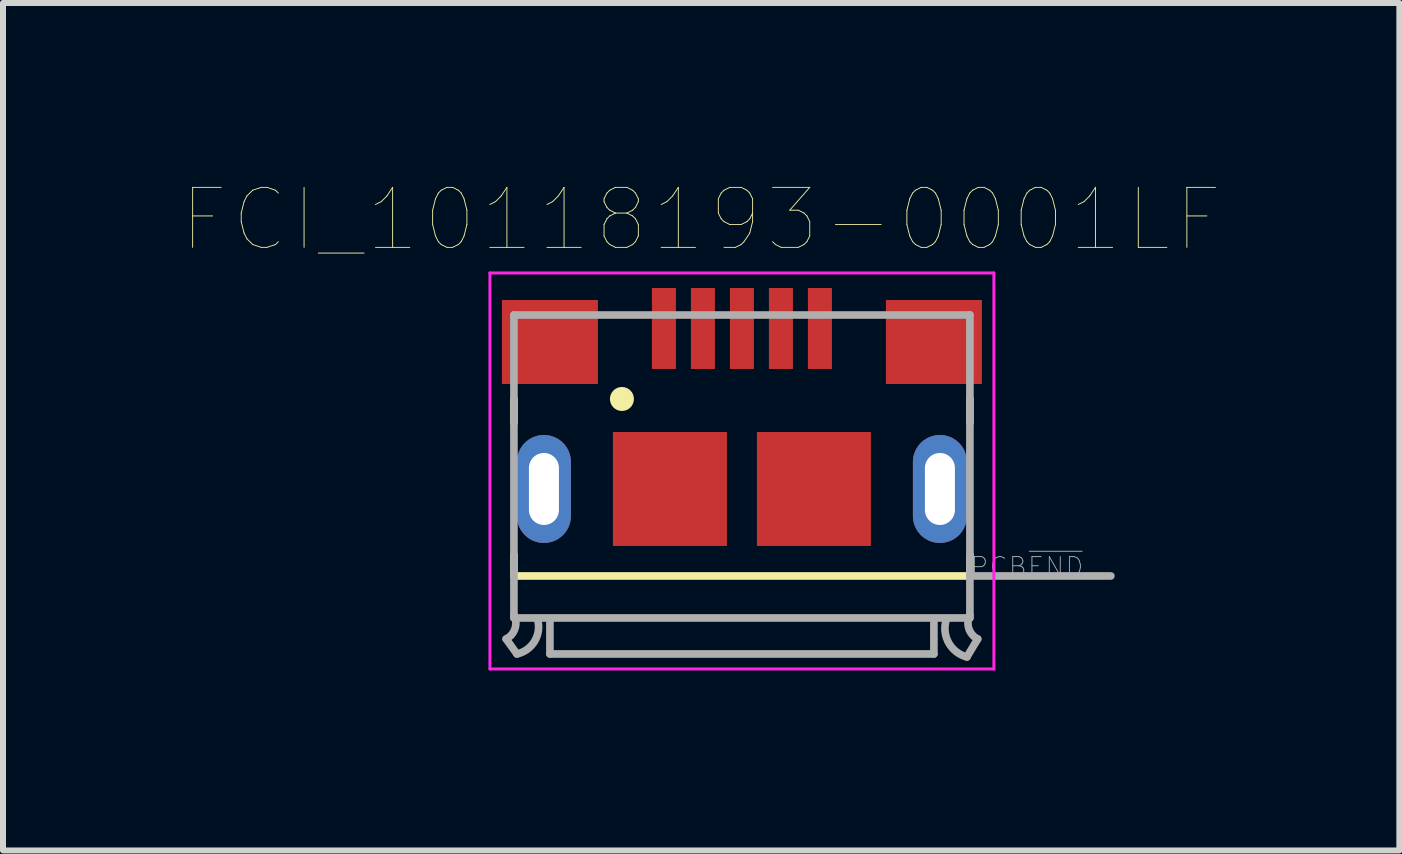
<source format=kicad_pcb>
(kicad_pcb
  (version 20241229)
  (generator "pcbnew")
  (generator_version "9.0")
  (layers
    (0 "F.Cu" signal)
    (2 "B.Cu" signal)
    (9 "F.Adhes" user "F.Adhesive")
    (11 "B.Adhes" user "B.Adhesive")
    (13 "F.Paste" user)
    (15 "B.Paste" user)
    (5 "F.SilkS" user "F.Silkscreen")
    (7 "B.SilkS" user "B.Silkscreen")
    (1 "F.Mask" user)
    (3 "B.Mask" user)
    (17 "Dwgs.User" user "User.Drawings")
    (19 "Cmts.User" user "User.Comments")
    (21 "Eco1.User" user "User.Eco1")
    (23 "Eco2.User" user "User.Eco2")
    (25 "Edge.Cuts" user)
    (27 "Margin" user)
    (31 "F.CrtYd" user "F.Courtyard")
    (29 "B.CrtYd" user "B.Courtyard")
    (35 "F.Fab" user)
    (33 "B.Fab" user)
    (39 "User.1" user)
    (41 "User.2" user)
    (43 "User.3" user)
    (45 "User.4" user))
  (footprint "FCI_10118193-0001LF"
    (layer "F.Cu")
    (at 9.316 5.1)
    (property "Reference" "FCI_10118193-0001LF" (at -0.679 -4.489 0) (layer "F.SilkS") (effects (font (size 1 1) (thickness 0.015))))
    (attr through_hole)
    (fp_line (start -3.8 -1.5) (end -3.8 -1.1) (stroke (width 0.127) (type solid)) (layer "F.SilkS"))
    (fp_line (start -3.8 1.1) (end -3.8 1.4) (stroke (width 0.127) (type solid)) (layer "F.SilkS"))
    (fp_line (start -3.8 1.45) (end 3.8 1.45) (stroke (width 0.127) (type solid)) (layer "F.SilkS"))
    (fp_line (start 3.8 -1.1) (end 3.8 -1.5) (stroke (width 0.127) (type solid)) (layer "F.SilkS"))
    (fp_line (start 3.8 1.1) (end 3.8 1.4) (stroke (width 0.127) (type solid)) (layer "F.SilkS"))
    (fp_circle (center -2 -1.5) (end -1.9 -1.5) (stroke (width 0.2) (type solid)) (fill no) (layer "F.SilkS"))
    (fp_line (start -4.2 -3.6) (end -4.2 3) (stroke (width 0.05) (type solid)) (layer "F.CrtYd"))
    (fp_line (start -4.2 3) (end 4.2 3) (stroke (width 0.05) (type solid)) (layer "F.CrtYd"))
    (fp_line (start 4.2 -3.6) (end -4.2 -3.6) (stroke (width 0.05) (type solid)) (layer "F.CrtYd"))
    (fp_line (start 4.2 3) (end 4.2 -3.6) (stroke (width 0.05) (type solid)) (layer "F.CrtYd"))
    (fp_line (start -3.93 2.5) (end -3.75 2.75) (stroke (width 0.127) (type solid)) (layer "F.Fab"))
    (fp_line (start -3.8 -2.9) (end 3.8 -2.9) (stroke (width 0.127) (type solid)) (layer "F.Fab"))
    (fp_line (start -3.8 2.1) (end -3.8 -2.9) (stroke (width 0.127) (type solid)) (layer "F.Fab"))
    (fp_line (start -3.8 2.15) (end -3.8 2.1) (stroke (width 0.127) (type solid)) (layer "F.Fab"))
    (fp_line (start -3.2 2.2) (end -3.2 2.75) (stroke (width 0.127) (type solid)) (layer "F.Fab"))
    (fp_line (start -3.2 2.75) (end 3.2 2.75) (stroke (width 0.127) (type solid)) (layer "F.Fab"))
    (fp_line (start 3.2 2.75) (end 3.2 2.2) (stroke (width 0.127) (type solid)) (layer "F.Fab"))
    (fp_line (start 3.8 -2.9) (end 3.8 1.45) (stroke (width 0.127) (type solid)) (layer "F.Fab"))
    (fp_line (start 3.8 1.45) (end 3.8 2.15) (stroke (width 0.127) (type solid)) (layer "F.Fab"))
    (fp_line (start 3.8 1.45) (end 6.15 1.45) (stroke (width 0.127) (type solid)) (layer "F.Fab"))
    (fp_line (start 3.8 2.15) (end -3.8 2.15) (stroke (width 0.127) (type solid)) (layer "F.Fab"))
    (fp_line (start 3.93 2.5) (end 3.75 2.8) (stroke (width 0.127) (type solid)) (layer "F.Fab"))
    (fp_arc (start -3.8 2.1) (mid -3.782157 2.326924) (end -3.93 2.5) (stroke (width 0.127) (type solid)) (layer "F.Fab"))
    (fp_arc (start -3.4 2.2) (mid -3.461091 2.547487) (end -3.75 2.75) (stroke (width 0.127) (type solid)) (layer "F.Fab"))
    (fp_arc (start 3.75 2.8) (mid 3.450736 2.572487) (end 3.4 2.2) (stroke (width 0.127) (type solid)) (layer "F.Fab"))
    (fp_arc (start 3.93 2.5) (mid 3.782157 2.326924) (end 3.8 2.1) (stroke (width 0.127) (type solid)) (layer "F.Fab"))
    (fp_text user "PCB~{END}" (at 4.75 1.3 0) (layer "F.Fab") (effects (font (size 0.32 0.32) (thickness 0.015))))
    (pad "1" smd rect (at -1.3 -2.675) (size 0.4 1.35) (layers "F.Cu" "F.Mask" "F.Paste"))
    (pad "2" smd rect (at -0.65 -2.675) (size 0.4 1.35) (layers "F.Cu" "F.Mask" "F.Paste"))
    (pad "3" smd rect (at 0 -2.675) (size 0.4 1.35) (layers "F.Cu" "F.Mask" "F.Paste"))
    (pad "4" smd rect (at 0.65 -2.675) (size 0.4 1.35) (layers "F.Cu" "F.Mask" "F.Paste"))
    (pad "5" smd rect (at 1.3 -2.675) (size 0.4 1.35) (layers "F.Cu" "F.Mask" "F.Paste"))
    (pad "6" thru_hole oval (at -3.3 0) (size 0.9 1.8) (drill oval 0.5 1.2) (layers "*.Cu" "*.Mask"))
    (pad "6" smd rect (at -3.2 -2.45) (size 1.6 1.4) (layers "F.Cu" "F.Mask" "F.Paste"))
    (pad "6" smd rect (at -1.2 0) (size 1.9 1.9) (layers "F.Cu" "F.Mask" "F.Paste"))
    (pad "6" smd rect (at 1.2 0) (size 1.9 1.9) (layers "F.Cu" "F.Mask" "F.Paste"))
    (pad "6" smd rect (at 3.2 -2.45) (size 1.6 1.4) (layers "F.Cu" "F.Mask" "F.Paste"))
    (pad "6" thru_hole oval (at 3.3 0) (size 0.9 1.8) (drill oval 0.5 1.2) (layers "*.Cu" "*.Mask")))
  (gr_rect
    (start -3 -3)
    (end 20.274 11.125)
    (stroke (width 0.1) (type default))
    (fill no)
    (layer "Edge.Cuts")))
</source>
